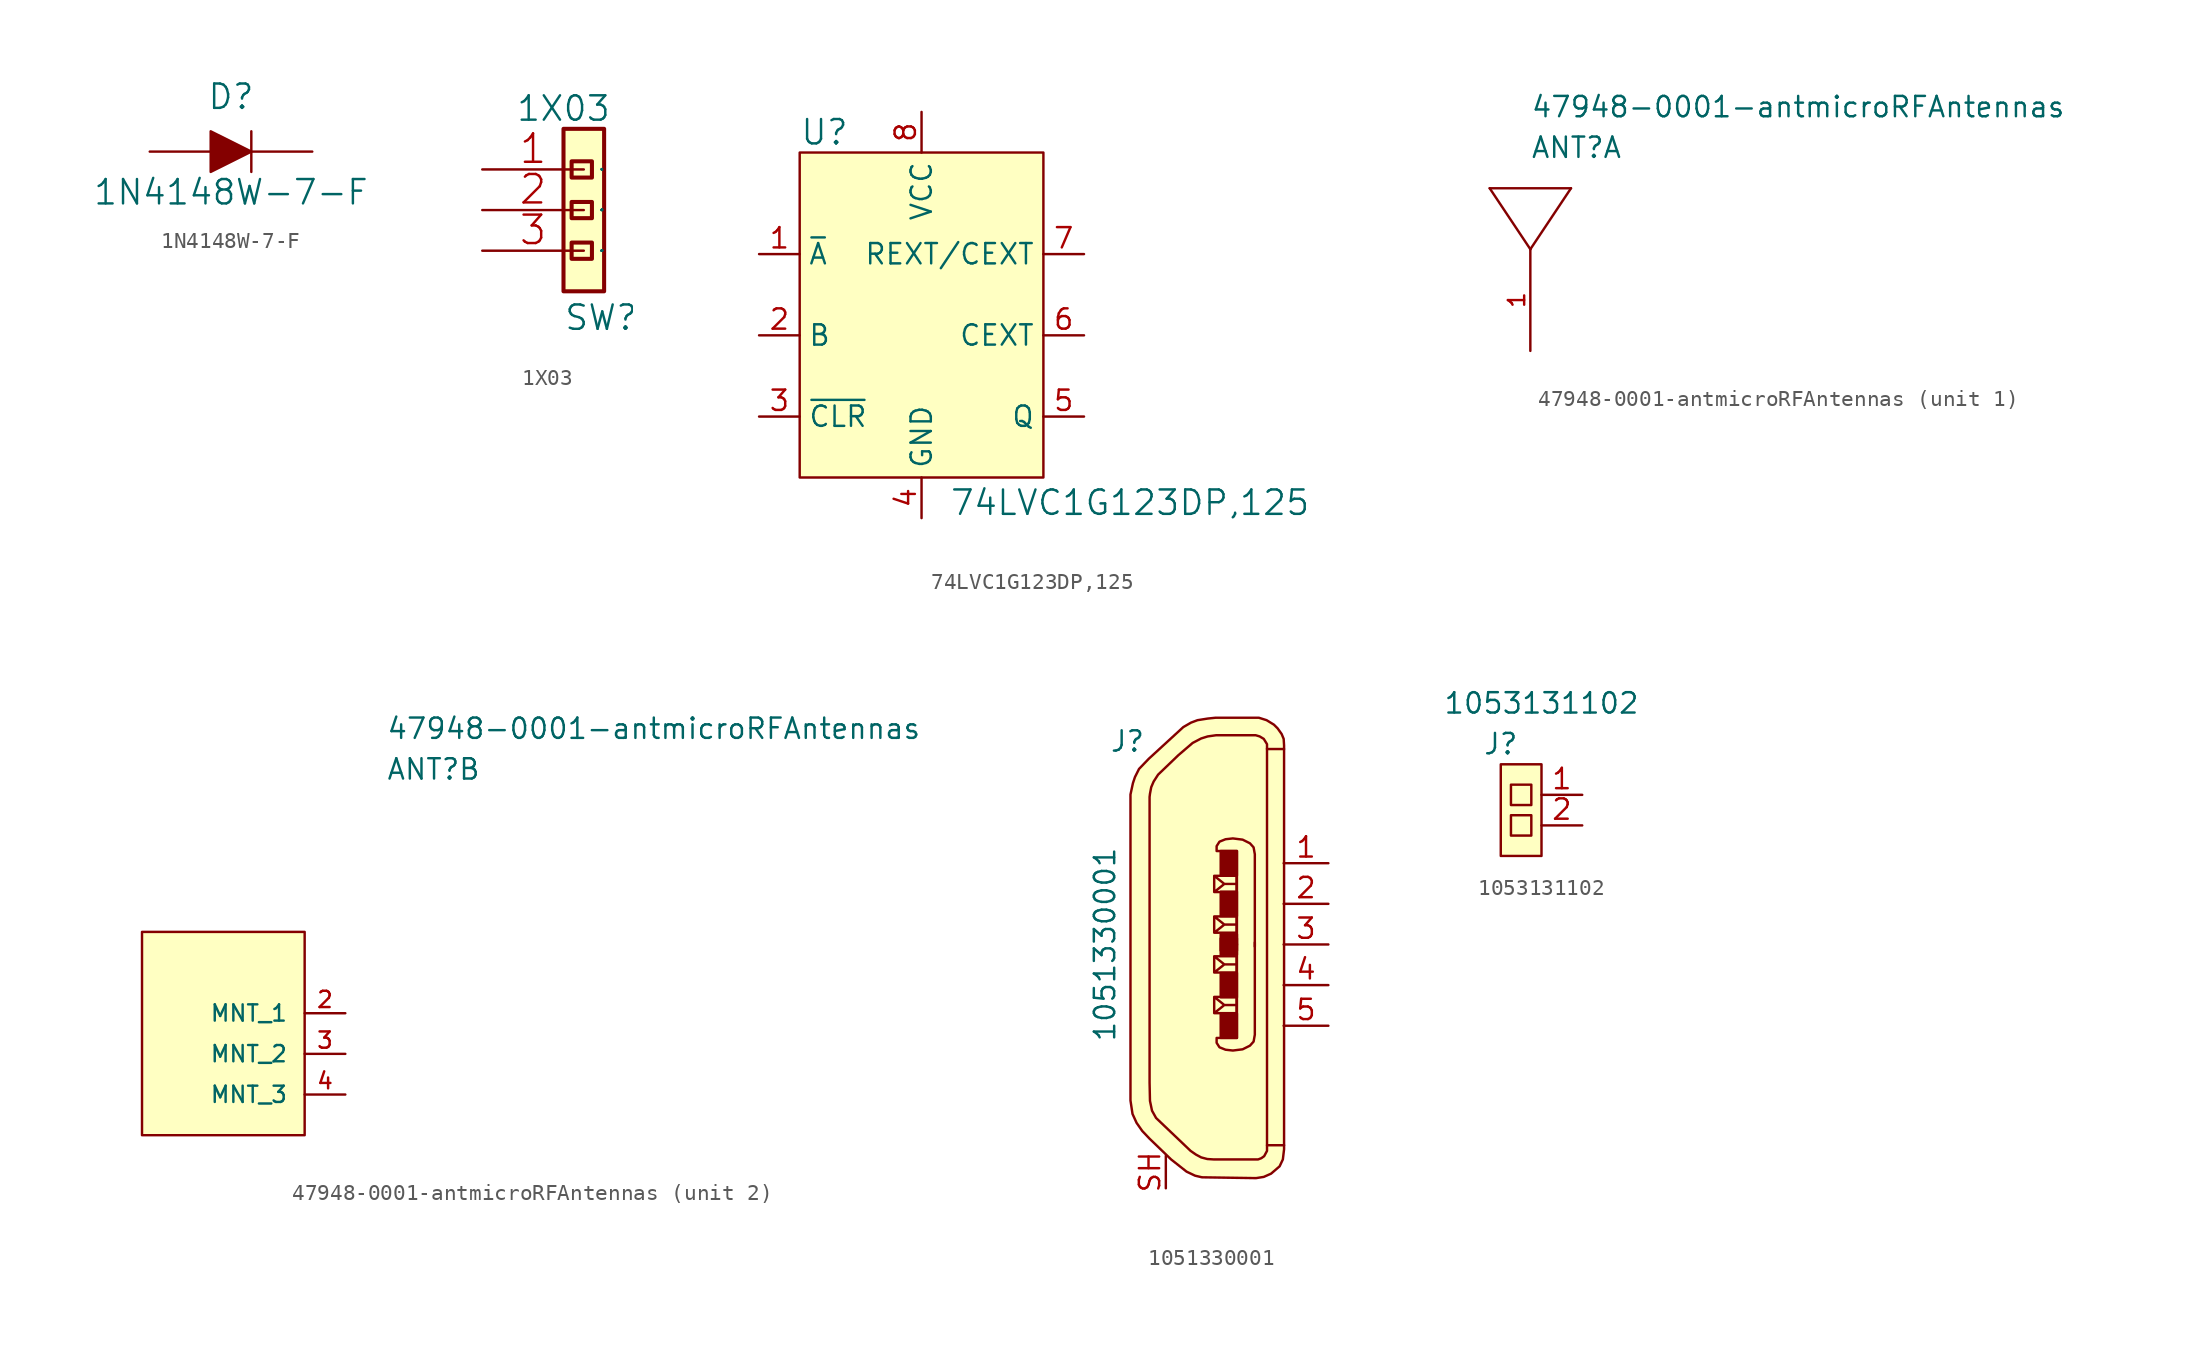
<source format=kicad_sym>
(kicad_symbol_lib
  (version 20211014)
  (generator kicad_symbol_editor)
  (symbol "1N4148W-7-F"
    (pin_numbers hide)
    (pin_names
      (offset 0) hide)
    (property "Reference" "D"
      (at 0 2.54 0)
      (effects (font (size 1.524 1.524)) (justify bottom)))
    (property "Value" "1N4148W-7-F"
      (at 0 -2.54 0)
      (effects (font (size 1.524 1.524))))
    (symbol "1N4148W-7-F_0_1"
      (polyline (pts (xy 1.27 1.27) (xy 1.27 -1.27)) (stroke (width 0) (type default) (color 0 0 0 0)) (fill (type none)))
      (polyline (pts (xy -1.27 1.27) (xy -1.27 -1.27) (xy 1.27 0) (xy -1.27 1.27)) (stroke (width 0) (type default) (color 0 0 0 0)) (fill (type outline))))
    (symbol "1N4148W-7-F_1_1"
      (pin passive line (at -5.08 0 0) (length 3.81) (name "~" (effects (font (size 1.27 1.27)))) (number "A" (effects (font (size 1.27 1.27)))))
      (pin passive line (at 5.08 0 180) (length 3.81) (name "~" (effects (font (size 1.27 1.27)))) (number "K" (effects (font (size 1.27 1.27)))))))
  (symbol "1X03"
    (pin_names
      (offset 1.016))
    (property "Reference" "SW"
      (at 0 -7.62 0)
      (effects (font (size 1.524 1.524)) (justify left bottom)))
    (property "Value" "1X03"
      (at 0 6.35 0)
      (effects (font (size 1.524 1.524))))
    (symbol "1X03_0_1"
      (rectangle (start 0 -5.08) (end 2.54 5.08) (stroke (width 0.254) (type default) (color 0 0 0 0)) (fill (type background)))
      (rectangle (start 0.508 -3.048) (end 1.778 -2.032) (stroke (width 0.254) (type default) (color 0 0 0 0)) (fill (type background)))
      (rectangle (start 0.508 -0.508) (end 1.778 0.508) (stroke (width 0.254) (type default) (color 0 0 0 0)) (fill (type background)))
      (rectangle (start 0.508 2.032) (end 1.778 3.048) (stroke (width 0.254) (type default) (color 0 0 0 0)) (fill (type background)))
      (pin passive line (at -5.08 2.54 0) (length 6.35) (name "1" (effects (font (size 0.025 0.025)))) (number "1" (effects (font (size 1.778 1.778)))))
      (pin passive line (at -5.08 0 0) (length 6.35) (name "2" (effects (font (size 0.025 0.025)))) (number "2" (effects (font (size 1.778 1.778)))))
      (pin passive line (at -5.08 -2.54 0) (length 6.35) (name "3" (effects (font (size 0.025 0.025)))) (number "3" (effects (font (size 1.778 1.778)))))))
  (symbol "74LVC1G123DP,125"
    (property "Reference" "U"
      (at -7.62 11.43 0)
      (effects (font (size 1.524 1.524)) (justify left)))
    (property "Value" "74LVC1G123DP,125"
      (at 1.727 -11.735 0)
      (effects (font (size 1.524 1.524)) (justify left)))
    (symbol "74LVC1G123DP,125_0_1"
      (rectangle (start -7.62 10.16) (end 7.62 -10.16) (stroke (width 0) (type default) (color 0 0 0 0)) (fill (type background))))
    (symbol "74LVC1G123DP,125_1_1"
      (pin input line (at -10.16 3.81 0) (length 2.54) (name "~{A}" (effects (font (size 1.27 1.27)))) (number "1" (effects (font (size 1.27 1.27)))))
      (pin input line (at -10.16 -1.27 0) (length 2.54) (name "B" (effects (font (size 1.27 1.27)))) (number "2" (effects (font (size 1.27 1.27)))))
      (pin input line (at -10.16 -6.35 0) (length 2.54) (name "~{CLR}" (effects (font (size 1.27 1.27)))) (number "3" (effects (font (size 1.27 1.27)))))
      (pin power_in line (at 0 -12.7 90) (length 2.54) (name "GND" (effects (font (size 1.27 1.27)))) (number "4" (effects (font (size 1.27 1.27)))))
      (pin output line (at 10.16 -6.35 180) (length 2.54) (name "Q" (effects (font (size 1.27 1.27)))) (number "5" (effects (font (size 1.27 1.27)))))
      (pin passive line (at 10.16 -1.27 180) (length 2.54) (name "CEXT" (effects (font (size 1.27 1.27)))) (number "6" (effects (font (size 1.27 1.27)))))
      (pin passive line (at 10.16 3.81 180) (length 2.54) (name "REXT/CEXT" (effects (font (size 1.27 1.27)))) (number "7" (effects (font (size 1.27 1.27)))))
      (pin power_in line (at 0 12.7 270) (length 2.54) (name "VCC" (effects (font (size 1.27 1.27)))) (number "8" (effects (font (size 1.27 1.27)))))))
  (symbol "47948-0001-antmicroRFAntennas"
    (pin_names
      (offset 1.016))
    (property "Reference" "ANT"
      (at 0 15.24 0)
      (effects (font (size 1.27 1.27)) (justify left)))
    (property "Value" "47948-0001-antmicroRFAntennas"
      (at 0 17.78 0)
      (effects (font (size 1.27 1.27)) (justify left)))
    (property "ki_locked" ""
      (at 0 0 0)
      (effects (font (size 1.27 1.27))))
    (symbol "47948-0001-antmicroRFAntennas_1_1"
      (polyline (pts (xy -2.54 12.7) (xy 0 8.89)) (stroke (width 0) (type default) (color 0 0 0 0)) (fill (type none)))
      (polyline (pts (xy -2.54 12.7) (xy 2.54 12.7)) (stroke (width 0) (type default) (color 0 0 0 0)) (fill (type none)))
      (polyline (pts (xy 2.54 12.7) (xy 0 8.89)) (stroke (width 0) (type default) (color 0 0 0 0)) (fill (type none)))
      (pin passive line (at 0 2.54 90) (length 6.35) (name "FEEDING_PAD" (effects (font (size 0 0)))) (number "1" (effects (font (size 1.016 1.016))))))
    (symbol "47948-0001-antmicroRFAntennas_2_1"
      (rectangle (start -15.24 5.08) (end -5.08 -7.62) (stroke (width 0) (type default) (color 0 0 0 0)) (fill (type background)))
      (pin passive line (at -2.54 0 180) (length 2.54) (name "MNT_1" (effects (font (size 1.016 1.016)))) (number "2" (effects (font (size 1.016 1.016)))))
      (pin passive line (at -2.54 -2.54 180) (length 2.54) (name "MNT_2" (effects (font (size 1.016 1.016)))) (number "3" (effects (font (size 1.016 1.016)))))
      (pin passive line (at -2.54 -5.08 180) (length 2.54) (name "MNT_3" (effects (font (size 1.016 1.016)))) (number "4" (effects (font (size 1.016 1.016)))))))
  (symbol "1051330001"
    (pin_names
      (offset 1.016))
    (property "Reference" "J"
      (at -3.81 12.7 0)
      (effects (font (size 1.27 1.27)) (justify right)))
    (property "Value" "1051330001"
      (at -6.35 0 90)
      (effects (font (size 1.27 1.27))))
    (symbol "1051330001_1_1"
      (polyline (pts (xy 3.785 12.243) (xy 3.785 -12.548)) (stroke (width 0) (type default) (color 0 0 0 0)) (fill (type none)))
      (polyline (pts (xy 0.483 -4.293) (xy 0.483 -3.277) (xy 1.88 -3.277) (xy 1.88 -4.293) (xy 0.483 -4.293) (xy 1.118 -3.785) (xy 0.483 -3.277) (xy 1.88 -3.277) (xy 1.88 -3.785) (xy 1.118 -3.785)) (stroke (width 0) (type default) (color 0 0 0 0)) (fill (type none)))
      (polyline (pts (xy 0.483 -1.753) (xy 0.483 -0.737) (xy 1.88 -0.737) (xy 1.88 -1.753) (xy 0.483 -1.753) (xy 1.118 -1.245) (xy 0.483 -0.737) (xy 1.88 -0.737) (xy 1.88 -1.245) (xy 1.118 -1.245)) (stroke (width 0) (type default) (color 0 0 0 0)) (fill (type none)))
      (polyline (pts (xy 0.483 1.753) (xy 0.483 0.737) (xy 1.88 0.737) (xy 1.88 1.753) (xy 0.483 1.753) (xy 1.118 1.245) (xy 0.483 0.737) (xy 1.88 0.737) (xy 1.88 1.245) (xy 1.118 1.245)) (stroke (width 0) (type default) (color 0 0 0 0)) (fill (type none)))
      (polyline (pts (xy 0.483 4.293) (xy 0.483 3.277) (xy 1.88 3.277) (xy 1.88 4.293) (xy 0.483 4.293) (xy 1.118 3.785) (xy 0.483 3.277) (xy 1.88 3.277) (xy 1.88 3.785) (xy 1.118 3.785)) (stroke (width 0) (type default) (color 0 0 0 0)) (fill (type none)))
      (polyline (pts (xy 1.905 -0.025) (xy 1.905 5.842) (xy 0.635 5.842) (xy 0.635 6.147) (xy 0.813 6.426) (xy 1.194 6.579) (xy 1.651 6.629) (xy 2.261 6.553) (xy 2.718 6.325) (xy 2.946 6.071) (xy 3.023 5.639) (xy 3.023 4.801) (xy 3.023 -0.127)) (stroke (width 0) (type default) (color 0 0 0 0)) (fill (type none)))
      (polyline (pts (xy 1.905 0.025) (xy 1.905 -5.842) (xy 0.635 -5.842) (xy 0.635 -6.147) (xy 0.813 -6.426) (xy 1.194 -6.579) (xy 1.651 -6.629) (xy 2.261 -6.553) (xy 2.718 -6.325) (xy 2.946 -6.071) (xy 3.023 -5.639) (xy 3.023 -4.801) (xy 3.023 0.127)) (stroke (width 0) (type default) (color 0 0 0 0)) (fill (type none)))
      (polyline (pts (xy 4.851 -12.548) (xy 3.835 -12.548) (xy 3.785 -12.548) (xy 3.785 -12.903) (xy 3.607 -13.233) (xy 3.429 -13.36) (xy 3.226 -13.437) (xy 0.457 -13.437) (xy 0.051 -13.411) (xy -0.33 -13.31) (xy -0.66 -13.132) (xy -0.991 -12.903) (xy -3.15 -10.846) (xy -3.404 -10.389) (xy -3.531 -9.779) (xy -3.556 -8.636) (xy -3.556 9.22) (xy -3.531 9.423) (xy -3.454 9.83) (xy -3.302 10.185) (xy -3.023 10.617) (xy -1.753 11.836) (xy -0.864 12.598) (xy -0.33 12.878) (xy 0.076 13.005) (xy 0.61 13.081) (xy 3.073 13.081) (xy 3.327 13.005) (xy 3.581 12.852) (xy 3.785 12.522) (xy 3.785 12.217) (xy 4.851 12.217)) (stroke (width 0) (type default) (color 0 0 0 0)) (fill (type none)))
      (polyline (pts (xy 4.851 -11.481) (xy 4.851 -12.802) (xy 4.775 -13.437) (xy 4.572 -13.868) (xy 4.039 -14.326) (xy 3.581 -14.529) (xy 3.099 -14.605) (xy -0.279 -14.554) (xy -0.711 -14.453) (xy -1.245 -14.199) (xy -2.21 -13.437) (xy -3.556 -12.141) (xy -4.013 -11.659) (xy -4.369 -11.151) (xy -4.623 -10.592) (xy -4.75 -9.754) (xy -4.75 9.373) (xy -4.597 10.084) (xy -4.47 10.465) (xy -4.216 10.973) (xy -3.607 11.608) (xy -1.448 13.589) (xy -0.965 13.868) (xy -0.559 14.021) (xy 0.076 14.122) (xy 0.559 14.173) (xy 3.277 14.173) (xy 3.759 14.021) (xy 4.216 13.741) (xy 4.445 13.513) (xy 4.699 13.157) (xy 4.826 12.852) (xy 4.851 12.446) (xy 4.851 -11.506)) (stroke (width 0) (type default) (color 0 0 0 0)) (fill (type background)))
      (rectangle (start 0.889 -4.318) (end 1.905 -5.842) (stroke (width 0) (type default) (color 0 0 0 0)) (fill (type outline)))
      (rectangle (start 0.889 -3.302) (end 1.905 -1.778) (stroke (width 0) (type default) (color 0 0 0 0)) (fill (type outline)))
      (rectangle (start 0.889 -0.635) (end 1.905 0.381) (stroke (width 0) (type default) (color 0 0 0 0)) (fill (type outline)))
      (rectangle (start 0.889 0.635) (end 1.905 -0.381) (stroke (width 0) (type default) (color 0 0 0 0)) (fill (type outline)))
      (rectangle (start 0.889 3.302) (end 1.905 1.778) (stroke (width 0) (type default) (color 0 0 0 0)) (fill (type outline)))
      (rectangle (start 0.889 4.318) (end 1.905 5.842) (stroke (width 0) (type default) (color 0 0 0 0)) (fill (type outline)))
      (pin passive line (at 7.62 5.08 180) (length 2.794) (name "~" (effects (font (size 1.27 1.27)))) (number "1" (effects (font (size 1.27 1.27)))))
      (pin passive line (at 7.62 2.54 180) (length 2.794) (name "~" (effects (font (size 1.27 1.27)))) (number "2" (effects (font (size 1.27 1.27)))))
      (pin passive line (at 7.62 0 180) (length 2.794) (name "~" (effects (font (size 1.27 1.27)))) (number "3" (effects (font (size 1.27 1.27)))))
      (pin passive line (at 7.62 -2.54 180) (length 2.794) (name "~" (effects (font (size 1.27 1.27)))) (number "4" (effects (font (size 1.27 1.27)))))
      (pin passive line (at 7.62 -5.08 180) (length 2.794) (name "~" (effects (font (size 1.27 1.27)))) (number "5" (effects (font (size 1.27 1.27)))))
      (pin passive line (at -2.54 -15.24 90) (length 2.032) (name "~" (effects (font (size 1.27 1.27)))) (number "SH" (effects (font (size 1.27 1.27)))))))
  (symbol "1053131102"
    (pin_names
      (offset 1.016))
    (property "Reference" "J"
      (at 0 1.27 0)
      (effects (font (size 1.27 1.27))))
    (property "Value" "1053131102"
      (at 2.54 3.81 0)
      (effects (font (size 1.27 1.27))))
    (symbol "1053131102_1_1"
      (rectangle (start 0 0) (end 2.54 -5.715) (stroke (width 0) (type default) (color 0 0 0 0)) (fill (type background)))
      (rectangle (start 0.635 -3.175) (end 1.905 -4.445) (stroke (width 0) (type default) (color 0 0 0 0)) (fill (type none)))
      (rectangle (start 0.635 -1.27) (end 1.905 -2.54) (stroke (width 0) (type default) (color 0 0 0 0)) (fill (type none)))
      (pin input line (at 5.08 -1.905 180) (length 2.54) (name "~" (effects (font (size 1.27 1.27)))) (number "1" (effects (font (size 1.27 1.27)))))
      (pin input line (at 5.08 -3.81 180) (length 2.54) (name "~" (effects (font (size 1.27 1.27)))) (number "2" (effects (font (size 1.27 1.27))))))))
</source>
